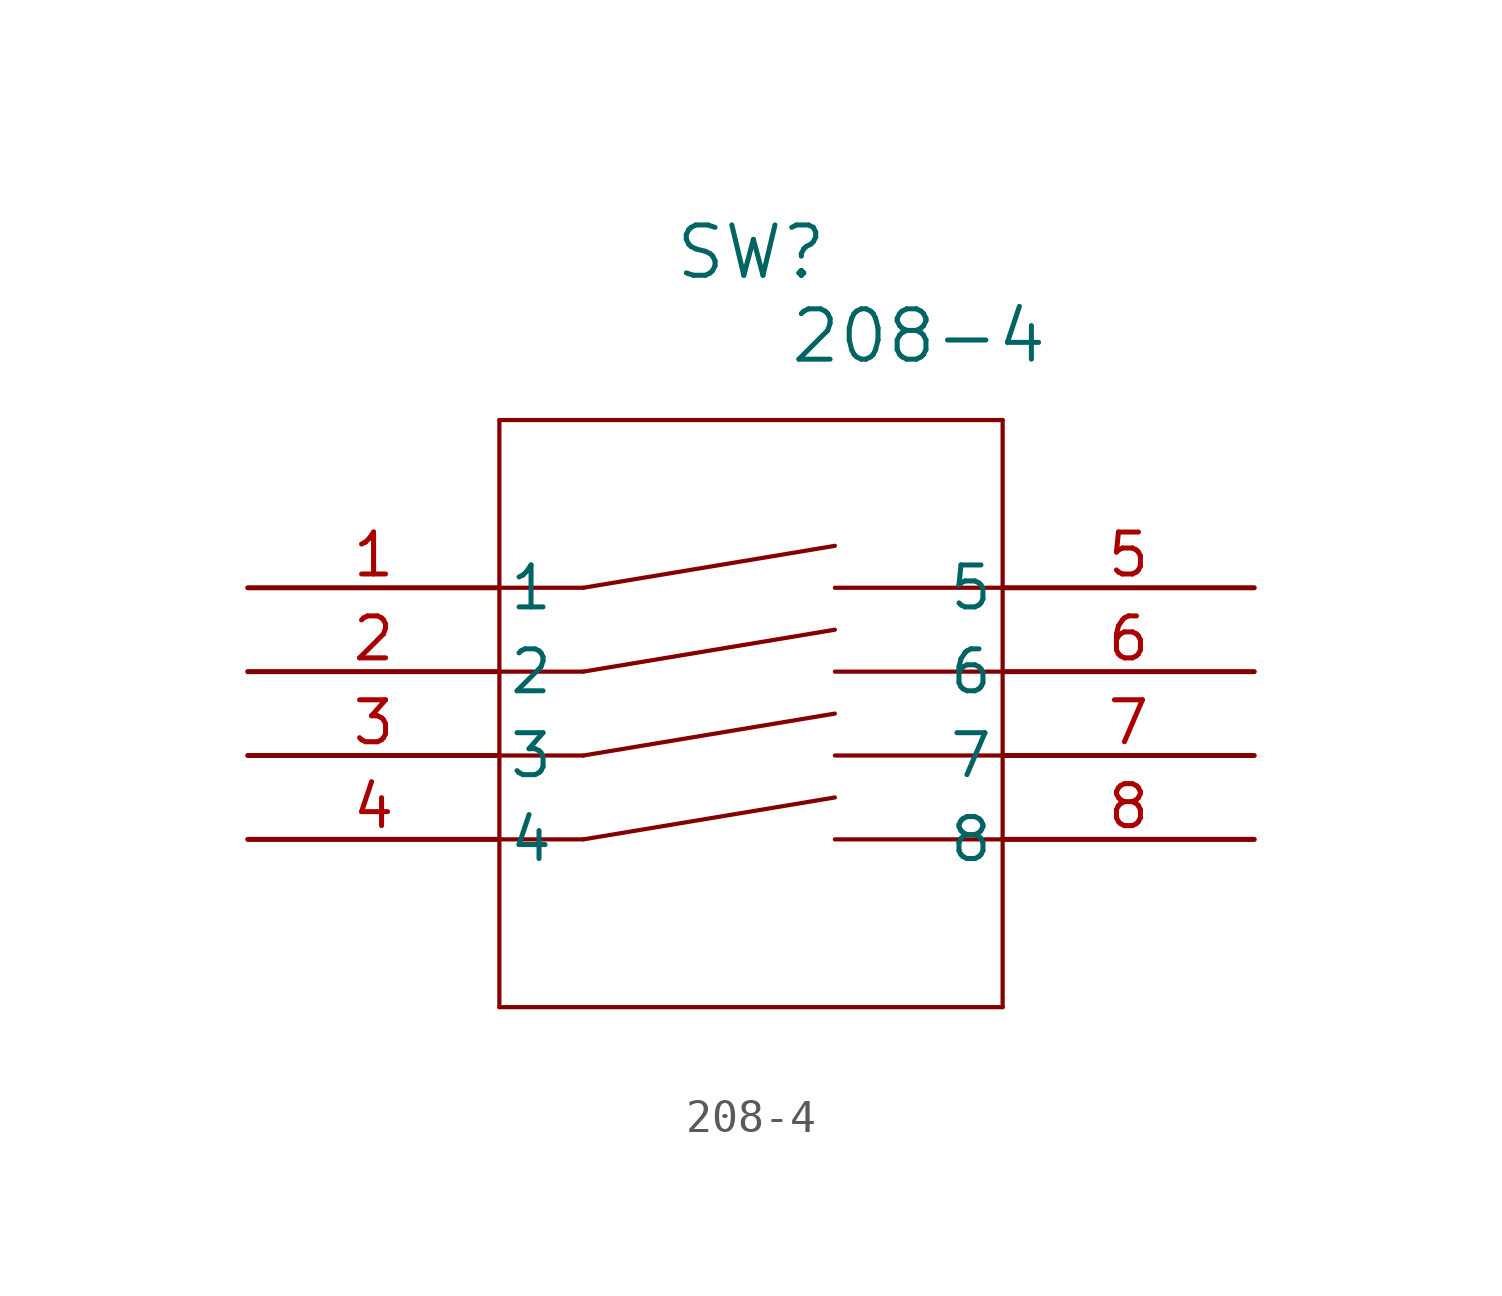
<source format=kicad_sym>
(kicad_symbol_lib
  (version 20211014)
  (generator kicad_symbol_editor)
  (symbol "208-4"
    (pin_names
      (offset 0.254))
    (property "Reference" "SW"
      (at 15.24 10.16 0)
      (effects (font (size 1.524 1.524))))
    (property "Value" "208-4"
      (at 20.32 7.62 0)
      (effects (font (size 1.524 1.524))))
    (symbol "208-4_0_1"
      (polyline (pts (xy 7.62 5.08) (xy 7.62 -12.7)) (stroke (width 0.127) (type default) (color 0 0 0 0)) (fill (type none)))
      (polyline (pts (xy 7.62 -12.7) (xy 22.86 -12.7)) (stroke (width 0.127) (type default) (color 0 0 0 0)) (fill (type none)))
      (polyline (pts (xy 22.86 -12.7) (xy 22.86 5.08)) (stroke (width 0.127) (type default) (color 0 0 0 0)) (fill (type none)))
      (polyline (pts (xy 22.86 5.08) (xy 7.62 5.08)) (stroke (width 0.127) (type default) (color 0 0 0 0)) (fill (type none)))
      (polyline (pts (xy 22.86 0) (xy 17.78 0)) (stroke (width 0.127) (type default) (color 0 0 0 0)) (fill (type none)))
      (polyline (pts (xy 7.62 0) (xy 10.16 0)) (stroke (width 0.127) (type default) (color 0 0 0 0)) (fill (type none)))
      (polyline (pts (xy 10.16 0) (xy 17.78 1.27)) (stroke (width 0.127) (type default) (color 0 0 0 0)) (fill (type none)))
      (polyline (pts (xy 22.86 -2.54) (xy 17.78 -2.54)) (stroke (width 0.127) (type default) (color 0 0 0 0)) (fill (type none)))
      (polyline (pts (xy 7.62 -2.54) (xy 10.16 -2.54)) (stroke (width 0.127) (type default) (color 0 0 0 0)) (fill (type none)))
      (polyline (pts (xy 10.16 -2.54) (xy 17.78 -1.27)) (stroke (width 0.127) (type default) (color 0 0 0 0)) (fill (type none)))
      (polyline (pts (xy 22.86 -5.08) (xy 17.78 -5.08)) (stroke (width 0.127) (type default) (color 0 0 0 0)) (fill (type none)))
      (polyline (pts (xy 7.62 -5.08) (xy 10.16 -5.08)) (stroke (width 0.127) (type default) (color 0 0 0 0)) (fill (type none)))
      (polyline (pts (xy 10.16 -5.08) (xy 17.78 -3.81)) (stroke (width 0.127) (type default) (color 0 0 0 0)) (fill (type none)))
      (polyline (pts (xy 22.86 -7.62) (xy 17.78 -7.62)) (stroke (width 0.127) (type default) (color 0 0 0 0)) (fill (type none)))
      (polyline (pts (xy 7.62 -7.62) (xy 10.16 -7.62)) (stroke (width 0.127) (type default) (color 0 0 0 0)) (fill (type none)))
      (polyline (pts (xy 10.16 -7.62) (xy 17.78 -6.35)) (stroke (width 0.127) (type default) (color 0 0 0 0)) (fill (type none)))
      (pin unspecified line (at 0 0 0) (length 7.62) (name "1" (effects (font (size 1.27 1.27)))) (number "1" (effects (font (size 1.27 1.27)))))
      (pin unspecified line (at 0 -2.54 0) (length 7.62) (name "2" (effects (font (size 1.27 1.27)))) (number "2" (effects (font (size 1.27 1.27)))))
      (pin unspecified line (at 0 -5.08 0) (length 7.62) (name "3" (effects (font (size 1.27 1.27)))) (number "3" (effects (font (size 1.27 1.27)))))
      (pin unspecified line (at 0 -7.62 0) (length 7.62) (name "4" (effects (font (size 1.27 1.27)))) (number "4" (effects (font (size 1.27 1.27)))))
      (pin unspecified line (at 30.48 0 180) (length 7.62) (name "5" (effects (font (size 1.27 1.27)))) (number "5" (effects (font (size 1.27 1.27)))))
      (pin unspecified line (at 30.48 -2.54 180) (length 7.62) (name "6" (effects (font (size 1.27 1.27)))) (number "6" (effects (font (size 1.27 1.27)))))
      (pin unspecified line (at 30.48 -5.08 180) (length 7.62) (name "7" (effects (font (size 1.27 1.27)))) (number "7" (effects (font (size 1.27 1.27)))))
      (pin unspecified line (at 30.48 -7.62 180) (length 7.62) (name "8" (effects (font (size 1.27 1.27)))) (number "8" (effects (font (size 1.27 1.27))))))))
</source>
